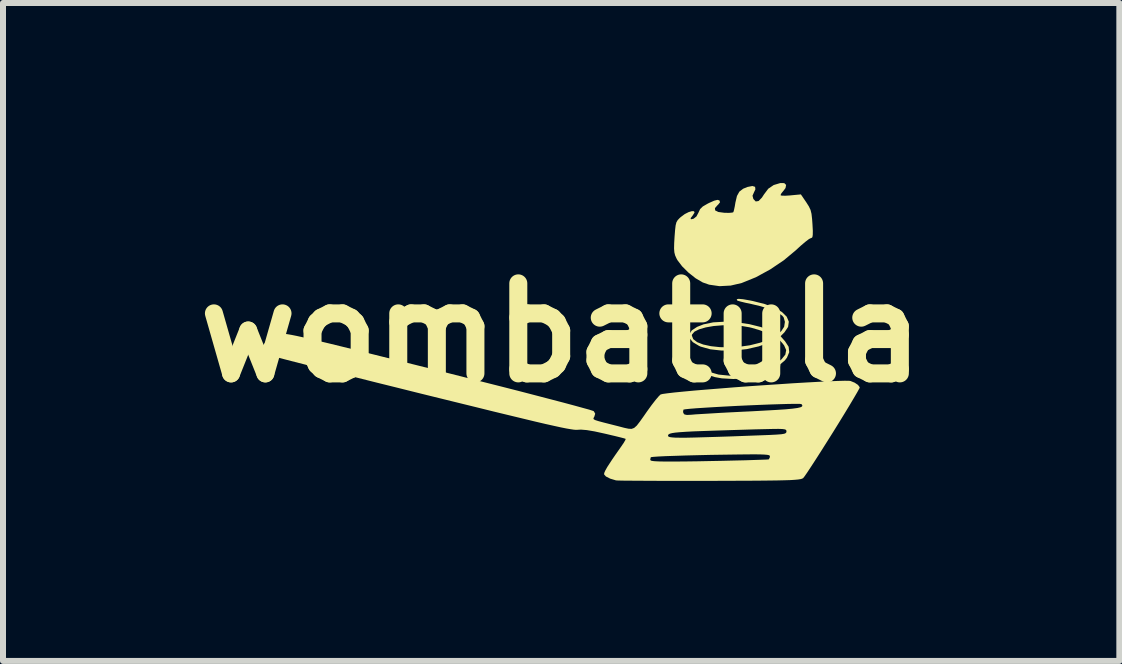
<source format=kicad_pcb>
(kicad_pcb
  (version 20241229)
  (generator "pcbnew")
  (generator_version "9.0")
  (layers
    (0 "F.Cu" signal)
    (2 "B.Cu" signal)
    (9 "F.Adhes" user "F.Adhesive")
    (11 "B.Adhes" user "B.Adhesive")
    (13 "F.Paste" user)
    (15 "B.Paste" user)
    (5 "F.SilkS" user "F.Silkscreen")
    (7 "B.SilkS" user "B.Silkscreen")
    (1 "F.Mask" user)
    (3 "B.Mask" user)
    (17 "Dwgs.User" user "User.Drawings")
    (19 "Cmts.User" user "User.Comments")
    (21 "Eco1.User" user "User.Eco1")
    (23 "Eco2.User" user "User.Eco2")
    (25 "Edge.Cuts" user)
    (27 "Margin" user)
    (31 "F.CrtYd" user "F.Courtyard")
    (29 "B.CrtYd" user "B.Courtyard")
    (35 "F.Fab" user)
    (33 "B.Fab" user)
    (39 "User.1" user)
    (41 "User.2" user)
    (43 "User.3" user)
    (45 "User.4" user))
  (footprint "wombatula"
    (layer "F.Cu")
    (at 6.3 2.493)
    (property "Reference" "wombatula" (at 0 0 0) (layer "F.SilkS") (effects (font (size 1.5 1.5) (thickness 0.3))))
    (attr board_only exclude_from_pos_files exclude_from_bom)
    (fp_poly (pts (xy 3.717 -2.492) (xy 3.748 -2.462) (xy 3.738 -2.41) (xy 3.707 -2.368) (xy 3.669 -2.322) (xy 3.654 -2.291) (xy 3.654 -2.291) (xy 3.676 -2.283) (xy 3.736 -2.282) (xy 3.82 -2.287) (xy 3.824 -2.288) (xy 3.994 -2.304) (xy 4.084 -2.172) (xy 4.127 -2.104) (xy 4.155 -2.045) (xy 4.171 -1.98) (xy 4.181 -1.892) (xy 4.187 -1.808) (xy 4.193 -1.698) (xy 4.192 -1.629) (xy 4.186 -1.592) (xy 4.171 -1.578) (xy 4.162 -1.577) (xy 4.129 -1.56) (xy 4.07 -1.515) (xy 3.992 -1.449) (xy 3.906 -1.37) (xy 3.709 -1.206) (xy 3.483 -1.054) (xy 3.245 -0.924) (xy 3.011 -0.829) (xy 3.01 -0.828) (xy 2.825 -0.785) (xy 2.638 -0.775) (xy 2.465 -0.8) (xy 2.359 -0.837) (xy 2.241 -0.906) (xy 2.121 -1.001) (xy 2.015 -1.106) (xy 1.936 -1.21) (xy 1.922 -1.236) (xy 1.899 -1.287) (xy 1.886 -1.338) (xy 1.881 -1.402) (xy 1.883 -1.492) (xy 1.889 -1.593) (xy 1.898 -1.709) (xy 1.907 -1.787) (xy 1.92 -1.839) (xy 1.941 -1.875) (xy 1.973 -1.909) (xy 1.992 -1.926) (xy 2.059 -1.976) (xy 2.124 -2.009) (xy 2.179 -2.025) (xy 2.214 -2.023) (xy 2.222 -2.001) (xy 2.194 -1.957) (xy 2.194 -1.956) (xy 2.157 -1.908) (xy 2.162 -1.889) (xy 2.207 -1.899) (xy 2.254 -1.937) (xy 2.289 -2.003) (xy 2.289 -2.004) (xy 2.315 -2.059) (xy 2.36 -2.103) (xy 2.436 -2.147) (xy 2.463 -2.161) (xy 2.549 -2.199) (xy 2.604 -2.213) (xy 2.634 -2.205) (xy 2.637 -2.203) (xy 2.647 -2.173) (xy 2.617 -2.135) (xy 2.606 -2.125) (xy 2.562 -2.075) (xy 2.566 -2.037) (xy 2.619 -2.011) (xy 2.716 -1.998) (xy 2.795 -1.996) (xy 2.851 -2.001) (xy 2.869 -2.008) (xy 2.879 -2.041) (xy 2.893 -2.107) (xy 2.903 -2.168) (xy 2.929 -2.278) (xy 2.969 -2.35) (xy 3.033 -2.399) (xy 3.105 -2.428) (xy 3.186 -2.444) (xy 3.231 -2.43) (xy 3.236 -2.388) (xy 3.212 -2.337) (xy 3.188 -2.282) (xy 3.202 -2.229) (xy 3.203 -2.227) (xy 3.242 -2.186) (xy 3.29 -2.194) (xy 3.345 -2.251) (xy 3.378 -2.302) (xy 3.451 -2.399) (xy 3.541 -2.46) (xy 3.651 -2.493)) (stroke (width 0) (type solid)) (fill yes) (layer "F.SilkS"))
    (fp_poly (pts (xy 3.032 -0.557) (xy 3.152 -0.536) (xy 3.191 -0.528) (xy 3.393 -0.477) (xy 3.556 -0.415) (xy 3.679 -0.344) (xy 3.758 -0.266) (xy 3.793 -0.183) (xy 3.781 -0.096) (xy 3.721 -0.007) (xy 3.716 -0.002) (xy 3.656 0.059) (xy 3.73 0.143) (xy 3.79 0.235) (xy 3.8 0.325) (xy 3.762 0.416) (xy 3.727 0.462) (xy 3.608 0.563) (xy 3.453 0.648) (xy 3.271 0.712) (xy 3.074 0.755) (xy 2.872 0.772) (xy 2.676 0.761) (xy 2.565 0.741) (xy 2.468 0.712) (xy 2.379 0.679) (xy 2.309 0.645) (xy 2.269 0.616) (xy 2.265 0.601) (xy 2.292 0.599) (xy 2.352 0.615) (xy 2.428 0.642) (xy 2.622 0.698) (xy 2.832 0.719) (xy 3.048 0.707) (xy 3.257 0.665) (xy 3.45 0.592) (xy 3.614 0.492) (xy 3.672 0.443) (xy 3.735 0.365) (xy 3.749 0.29) (xy 3.715 0.212) (xy 3.685 0.174) (xy 3.616 0.097) (xy 3.474 0.162) (xy 3.293 0.228) (xy 3.091 0.274) (xy 2.88 0.297) (xy 2.674 0.298) (xy 2.485 0.277) (xy 2.324 0.232) (xy 2.297 0.22) (xy 2.194 0.158) (xy 2.14 0.092) (xy 2.136 0.048) (xy 2.177 0.048) (xy 2.201 0.108) (xy 2.266 0.158) (xy 2.366 0.197) (xy 2.495 0.225) (xy 2.644 0.241) (xy 2.806 0.245) (xy 2.975 0.234) (xy 3.144 0.21) (xy 3.304 0.17) (xy 3.321 0.165) (xy 3.416 0.132) (xy 3.49 0.103) (xy 3.534 0.082) (xy 3.54 0.077) (xy 3.527 0.055) (xy 3.476 0.025) (xy 3.394 -0.01) (xy 3.293 -0.046) (xy 3.181 -0.079) (xy 3.136 -0.09) (xy 2.994 -0.114) (xy 2.842 -0.125) (xy 2.688 -0.123) (xy 2.541 -0.111) (xy 2.409 -0.088) (xy 2.299 -0.056) (xy 2.221 -0.017) (xy 2.181 0.029) (xy 2.177 0.048) (xy 2.136 0.048) (xy 2.134 0.026) (xy 2.176 -0.038) (xy 2.265 -0.097) (xy 2.373 -0.139) (xy 2.533 -0.172) (xy 2.723 -0.183) (xy 2.929 -0.172) (xy 3.135 -0.142) (xy 3.328 -0.094) (xy 3.494 -0.03) (xy 3.504 -0.025) (xy 3.609 0.029) (xy 3.669 -0.028) (xy 3.715 -0.098) (xy 3.728 -0.18) (xy 3.707 -0.255) (xy 3.684 -0.283) (xy 3.601 -0.338) (xy 3.477 -0.392) (xy 3.323 -0.441) (xy 3.172 -0.477) (xy 3.072 -0.498) (xy 2.991 -0.518) (xy 2.942 -0.532) (xy 2.933 -0.537) (xy 2.925 -0.557) (xy 2.957 -0.564)) (stroke (width 0) (type solid)) (fill yes) (layer "F.SilkS"))
    (fp_poly (pts (xy -4.598 0.02) (xy -4.549 0.027) (xy -4.487 0.038) (xy -4.407 0.054) (xy -4.307 0.076) (xy -4.185 0.104) (xy -4.036 0.139) (xy -3.86 0.181) (xy -3.651 0.232) (xy -3.409 0.292) (xy -3.129 0.362) (xy -2.809 0.442) (xy -2.446 0.532) (xy -2.043 0.633) (xy -1.683 0.724) (xy -1.339 0.811) (xy -1.014 0.893) (xy -0.712 0.97) (xy -0.435 1.042) (xy -0.186 1.107) (xy 0.032 1.164) (xy 0.215 1.213) (xy 0.36 1.253) (xy 0.466 1.282) (xy 0.528 1.302) (xy 0.544 1.309) (xy 0.567 1.35) (xy 0.553 1.397) (xy 0.542 1.417) (xy 0.537 1.431) (xy 0.544 1.444) (xy 0.569 1.457) (xy 0.619 1.473) (xy 0.7 1.495) (xy 0.818 1.525) (xy 0.956 1.56) (xy 1.051 1.585) (xy 1.121 1.6) (xy 1.173 1.603) (xy 1.216 1.587) (xy 1.26 1.548) (xy 1.311 1.482) (xy 1.38 1.385) (xy 1.427 1.317) (xy 2.031 1.317) (xy 2.036 1.34) (xy 2.055 1.363) (xy 2.097 1.371) (xy 2.173 1.367) (xy 2.183 1.366) (xy 2.24 1.361) (xy 2.34 1.355) (xy 2.475 1.347) (xy 2.639 1.337) (xy 2.825 1.327) (xy 3.026 1.317) (xy 3.153 1.311) (xy 3.393 1.298) (xy 3.587 1.287) (xy 3.739 1.277) (xy 3.854 1.266) (xy 3.935 1.255) (xy 3.987 1.243) (xy 4.013 1.23) (xy 4.019 1.213) (xy 4.007 1.194) (xy 4.003 1.19) (xy 3.974 1.186) (xy 3.901 1.186) (xy 3.792 1.187) (xy 3.653 1.191) (xy 3.491 1.196) (xy 3.311 1.203) (xy 3.122 1.211) (xy 2.929 1.22) (xy 2.739 1.23) (xy 2.559 1.24) (xy 2.395 1.25) (xy 2.255 1.259) (xy 2.144 1.268) (xy 2.069 1.276) (xy 2.038 1.282) (xy 2.037 1.283) (xy 2.031 1.317) (xy 1.427 1.317) (xy 1.437 1.303) (xy 1.508 1.205) (xy 1.574 1.12) (xy 1.627 1.058) (xy 1.656 1.03) (xy 1.691 1.021) (xy 1.771 1.01) (xy 1.89 0.996) (xy 2.043 0.981) (xy 2.225 0.964) (xy 2.431 0.947) (xy 2.655 0.929) (xy 2.891 0.91) (xy 3.135 0.892) (xy 3.382 0.875) (xy 3.625 0.859) (xy 3.86 0.843) (xy 4.081 0.83) (xy 4.283 0.819) (xy 4.462 0.81) (xy 4.61 0.804) (xy 4.724 0.801) (xy 4.797 0.802) (xy 4.821 0.805) (xy 4.89 0.833) (xy 4.945 0.87) (xy 4.973 0.907) (xy 4.972 0.922) (xy 4.934 0.991) (xy 4.876 1.09) (xy 4.803 1.213) (xy 4.718 1.353) (xy 4.624 1.506) (xy 4.526 1.664) (xy 4.427 1.821) (xy 4.331 1.973) (xy 4.242 2.112) (xy 4.164 2.232) (xy 4.1 2.329) (xy 4.055 2.394) (xy 4.031 2.424) (xy 4.03 2.424) (xy 4.013 2.433) (xy 3.988 2.44) (xy 3.95 2.446) (xy 3.896 2.451) (xy 3.822 2.456) (xy 3.723 2.459) (xy 3.598 2.462) (xy 3.441 2.464) (xy 3.248 2.466) (xy 3.017 2.467) (xy 2.742 2.468) (xy 2.466 2.469) (xy 2.195 2.469) (xy 1.938 2.469) (xy 1.7 2.469) (xy 1.485 2.468) (xy 1.297 2.467) (xy 1.142 2.466) (xy 1.023 2.465) (xy 0.945 2.463) (xy 0.913 2.461) (xy 0.817 2.432) (xy 0.746 2.396) (xy 0.716 2.363) (xy 0.717 2.339) (xy 0.734 2.299) (xy 0.769 2.237) (xy 0.827 2.148) (xy 0.85 2.113) (xy 1.484 2.113) (xy 1.489 2.127) (xy 1.506 2.135) (xy 1.549 2.141) (xy 1.621 2.145) (xy 1.726 2.147) (xy 1.868 2.147) (xy 2.05 2.146) (xy 2.275 2.143) (xy 2.474 2.139) (xy 2.69 2.135) (xy 2.889 2.13) (xy 3.067 2.126) (xy 3.219 2.121) (xy 3.338 2.117) (xy 3.42 2.114) (xy 3.458 2.111) (xy 3.46 2.11) (xy 3.476 2.079) (xy 3.478 2.059) (xy 3.475 2.049) (xy 3.461 2.041) (xy 3.432 2.035) (xy 3.385 2.031) (xy 3.313 2.028) (xy 3.213 2.027) (xy 3.08 2.028) (xy 2.91 2.03) (xy 2.698 2.033) (xy 2.497 2.036) (xy 2.279 2.041) (xy 2.078 2.046) (xy 1.897 2.052) (xy 1.743 2.057) (xy 1.621 2.063) (xy 1.537 2.069) (xy 1.496 2.074) (xy 1.493 2.076) (xy 1.484 2.113) (xy 0.85 2.113) (xy 0.909 2.027) (xy 1.001 1.896) (xy 1.045 1.831) (xy 1.071 1.785) (xy 1.074 1.769) (xy 1.047 1.76) (xy 0.981 1.743) (xy 0.884 1.719) (xy 0.853 1.712) (xy 1.781 1.712) (xy 1.781 1.723) (xy 1.79 1.732) (xy 1.811 1.74) (xy 1.848 1.745) (xy 1.903 1.749) (xy 1.981 1.75) (xy 2.086 1.75) (xy 2.221 1.747) (xy 2.389 1.742) (xy 2.594 1.736) (xy 2.84 1.728) (xy 3.13 1.717) (xy 3.322 1.71) (xy 3.478 1.704) (xy 3.592 1.698) (xy 3.669 1.692) (xy 3.717 1.684) (xy 3.742 1.673) (xy 3.752 1.659) (xy 3.754 1.645) (xy 3.752 1.63) (xy 3.744 1.618) (xy 3.722 1.61) (xy 3.683 1.605) (xy 3.619 1.603) (xy 3.525 1.604) (xy 3.395 1.607) (xy 3.224 1.611) (xy 3.127 1.614) (xy 2.833 1.623) (xy 2.586 1.631) (xy 2.38 1.638) (xy 2.213 1.644) (xy 2.081 1.651) (xy 1.978 1.658) (xy 1.902 1.665) (xy 1.849 1.673) (xy 1.814 1.682) (xy 1.793 1.692) (xy 1.783 1.704) (xy 1.781 1.712) (xy 0.853 1.712) (xy 0.765 1.691) (xy 0.726 1.682) (xy 0.557 1.645) (xy 0.427 1.623) (xy 0.33 1.615) (xy 0.272 1.618) (xy 0.246 1.619) (xy 0.209 1.616) (xy 0.156 1.608) (xy 0.086 1.596) (xy -0.004 1.578) (xy -0.118 1.553) (xy -0.257 1.522) (xy -0.424 1.483) (xy -0.623 1.435) (xy -0.855 1.379) (xy -1.124 1.314) (xy -1.431 1.238) (xy -1.781 1.152) (xy -2.175 1.055) (xy -2.394 1.001) (xy -2.742 0.914) (xy -3.077 0.831) (xy -3.395 0.751) (xy -3.693 0.676) (xy -3.968 0.607) (xy -4.216 0.544) (xy -4.436 0.488) (xy -4.622 0.44) (xy -4.772 0.401) (xy -4.883 0.371) (xy -4.951 0.352) (xy -4.974 0.344) (xy -5.003 0.297) (xy -4.987 0.236) (xy -4.926 0.159) (xy -4.911 0.144) (xy -4.808 0.067) (xy -4.705 0.024) (xy -4.685 0.02) (xy -4.663 0.017) (xy -4.634 0.017)) (stroke (width 0) (type solid)) (fill yes) (layer "F.SilkS")))
  (gr_rect
    (start -3 -3)
    (end 15.6 7.962)
    (stroke (width 0.1) (type default))
    (fill no)
    (layer "Edge.Cuts")))
</source>
